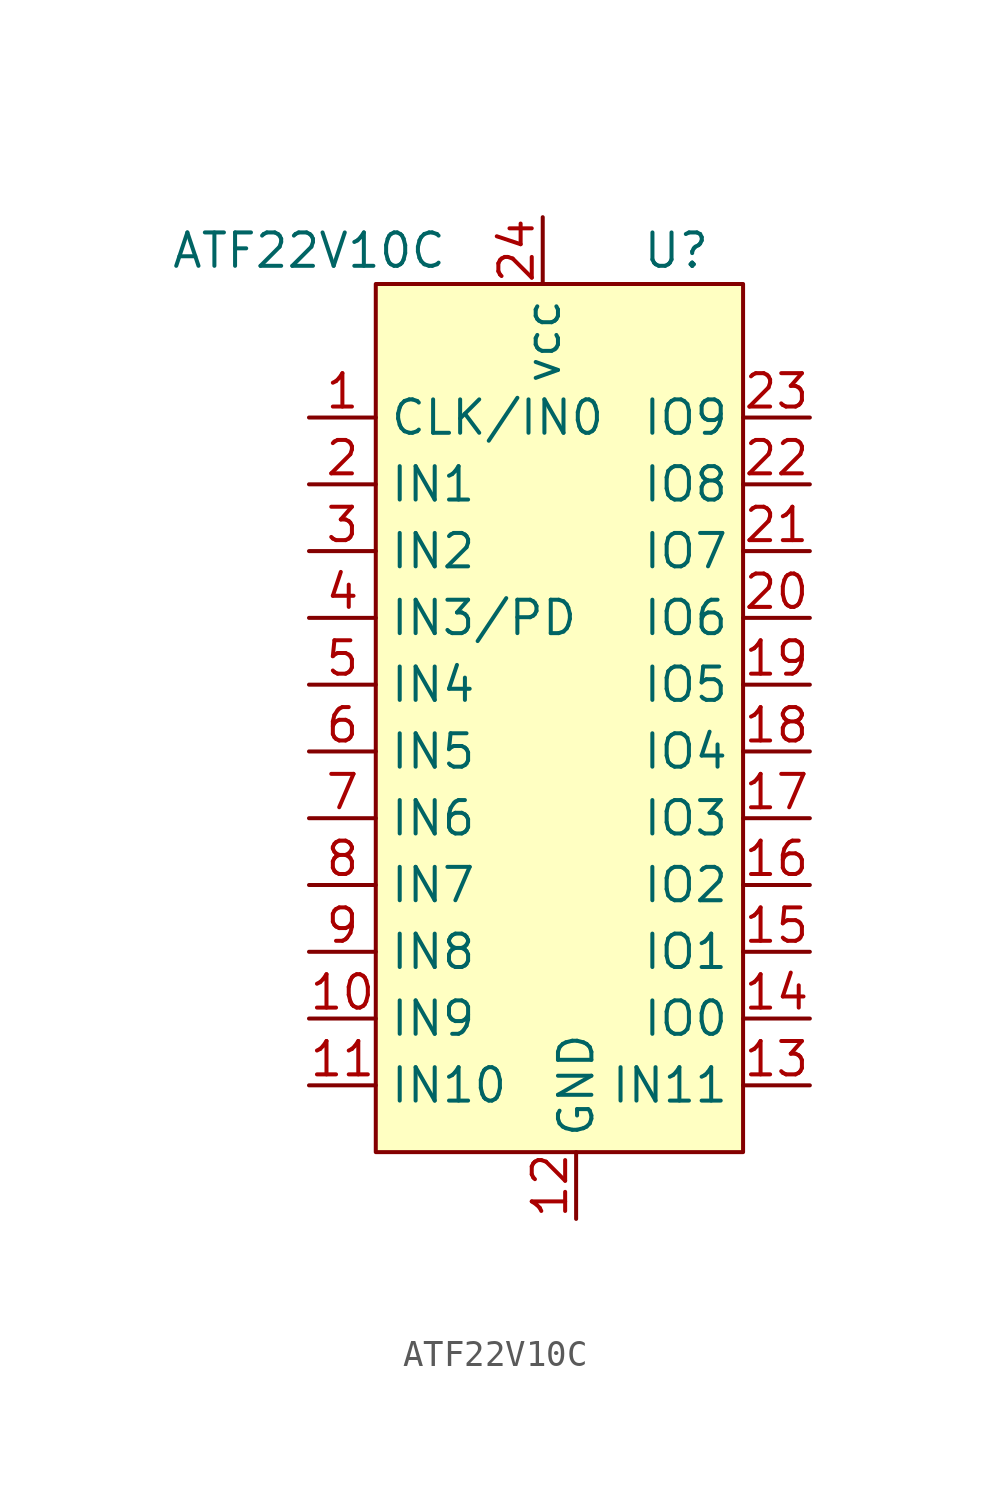
<source format=kicad_sym>
(kicad_symbol_lib
  (version 20231120)
  (generator "kicad_symbol_editor")
  (generator_version "8.0")
  (symbol "ATF22V10C"
    (property "Reference" "U"
      (at 1.27 30.48 0)
      (effects (font (size 1.27 1.27))))
    (property "Value" "ATF22V10C"
      (at -12.7 30.48 0)
      (effects (font (size 1.27 1.27))))
    (symbol "ATF22V10C_0_1"
      (rectangle (start -10.16 29.21) (end 3.81 -3.81) (stroke (width 0) (type default)) (fill (type background))))
    (symbol "ATF22V10C_1_1"
      (pin input line (at -12.7 24.13 0) (length 2.54) (name "CLK/IN0" (effects (font (size 1.27 1.27)))) (number "1" (effects (font (size 1.27 1.27)))))
      (pin input line (at -12.7 1.27 0) (length 2.54) (name "IN9" (effects (font (size 1.27 1.27)))) (number "10" (effects (font (size 1.27 1.27)))))
      (pin input line (at -12.7 -1.27 0) (length 2.54) (name "IN10" (effects (font (size 1.27 1.27)))) (number "11" (effects (font (size 1.27 1.27)))))
      (pin power_in line (at -2.54 -6.35 90) (length 2.54) (name "GND" (effects (font (size 1.27 1.27)))) (number "12" (effects (font (size 1.27 1.27)))))
      (pin input line (at 6.35 -1.27 180) (length 2.54) (name "IN11" (effects (font (size 1.27 1.27)))) (number "13" (effects (font (size 1.27 1.27)))))
      (pin bidirectional line (at 6.35 1.27 180) (length 2.54) (name "IO0" (effects (font (size 1.27 1.27)))) (number "14" (effects (font (size 1.27 1.27)))))
      (pin bidirectional line (at 6.35 3.81 180) (length 2.54) (name "IO1" (effects (font (size 1.27 1.27)))) (number "15" (effects (font (size 1.27 1.27)))))
      (pin bidirectional line (at 6.35 6.35 180) (length 2.54) (name "IO2" (effects (font (size 1.27 1.27)))) (number "16" (effects (font (size 1.27 1.27)))))
      (pin bidirectional line (at 6.35 8.89 180) (length 2.54) (name "IO3" (effects (font (size 1.27 1.27)))) (number "17" (effects (font (size 1.27 1.27)))))
      (pin bidirectional line (at 6.35 11.43 180) (length 2.54) (name "IO4" (effects (font (size 1.27 1.27)))) (number "18" (effects (font (size 1.27 1.27)))))
      (pin bidirectional line (at 6.35 13.97 180) (length 2.54) (name "IO5" (effects (font (size 1.27 1.27)))) (number "19" (effects (font (size 1.27 1.27)))))
      (pin input line (at -12.7 21.59 0) (length 2.54) (name "IN1" (effects (font (size 1.27 1.27)))) (number "2" (effects (font (size 1.27 1.27)))))
      (pin bidirectional line (at 6.35 16.51 180) (length 2.54) (name "IO6" (effects (font (size 1.27 1.27)))) (number "20" (effects (font (size 1.27 1.27)))))
      (pin bidirectional line (at 6.35 19.05 180) (length 2.54) (name "IO7" (effects (font (size 1.27 1.27)))) (number "21" (effects (font (size 1.27 1.27)))))
      (pin bidirectional line (at 6.35 21.59 180) (length 2.54) (name "IO8" (effects (font (size 1.27 1.27)))) (number "22" (effects (font (size 1.27 1.27)))))
      (pin bidirectional line (at 6.35 24.13 180) (length 2.54) (name "IO9" (effects (font (size 1.27 1.27)))) (number "23" (effects (font (size 1.27 1.27)))))
      (pin power_in line (at -3.81 31.75 270) (length 2.54) (name "vcc" (effects (font (size 1.27 1.27)))) (number "24" (effects (font (size 1.27 1.27)))))
      (pin input line (at -12.7 19.05 0) (length 2.54) (name "IN2" (effects (font (size 1.27 1.27)))) (number "3" (effects (font (size 1.27 1.27)))))
      (pin input line (at -12.7 16.51 0) (length 2.54) (name "IN3/PD" (effects (font (size 1.27 1.27)))) (number "4" (effects (font (size 1.27 1.27)))))
      (pin input line (at -12.7 13.97 0) (length 2.54) (name "IN4" (effects (font (size 1.27 1.27)))) (number "5" (effects (font (size 1.27 1.27)))))
      (pin input line (at -12.7 11.43 0) (length 2.54) (name "IN5" (effects (font (size 1.27 1.27)))) (number "6" (effects (font (size 1.27 1.27)))))
      (pin input line (at -12.7 8.89 0) (length 2.54) (name "IN6" (effects (font (size 1.27 1.27)))) (number "7" (effects (font (size 1.27 1.27)))))
      (pin input line (at -12.7 6.35 0) (length 2.54) (name "IN7" (effects (font (size 1.27 1.27)))) (number "8" (effects (font (size 1.27 1.27)))))
      (pin input line (at -12.7 3.81 0) (length 2.54) (name "IN8" (effects (font (size 1.27 1.27)))) (number "9" (effects (font (size 1.27 1.27))))))))
</source>
